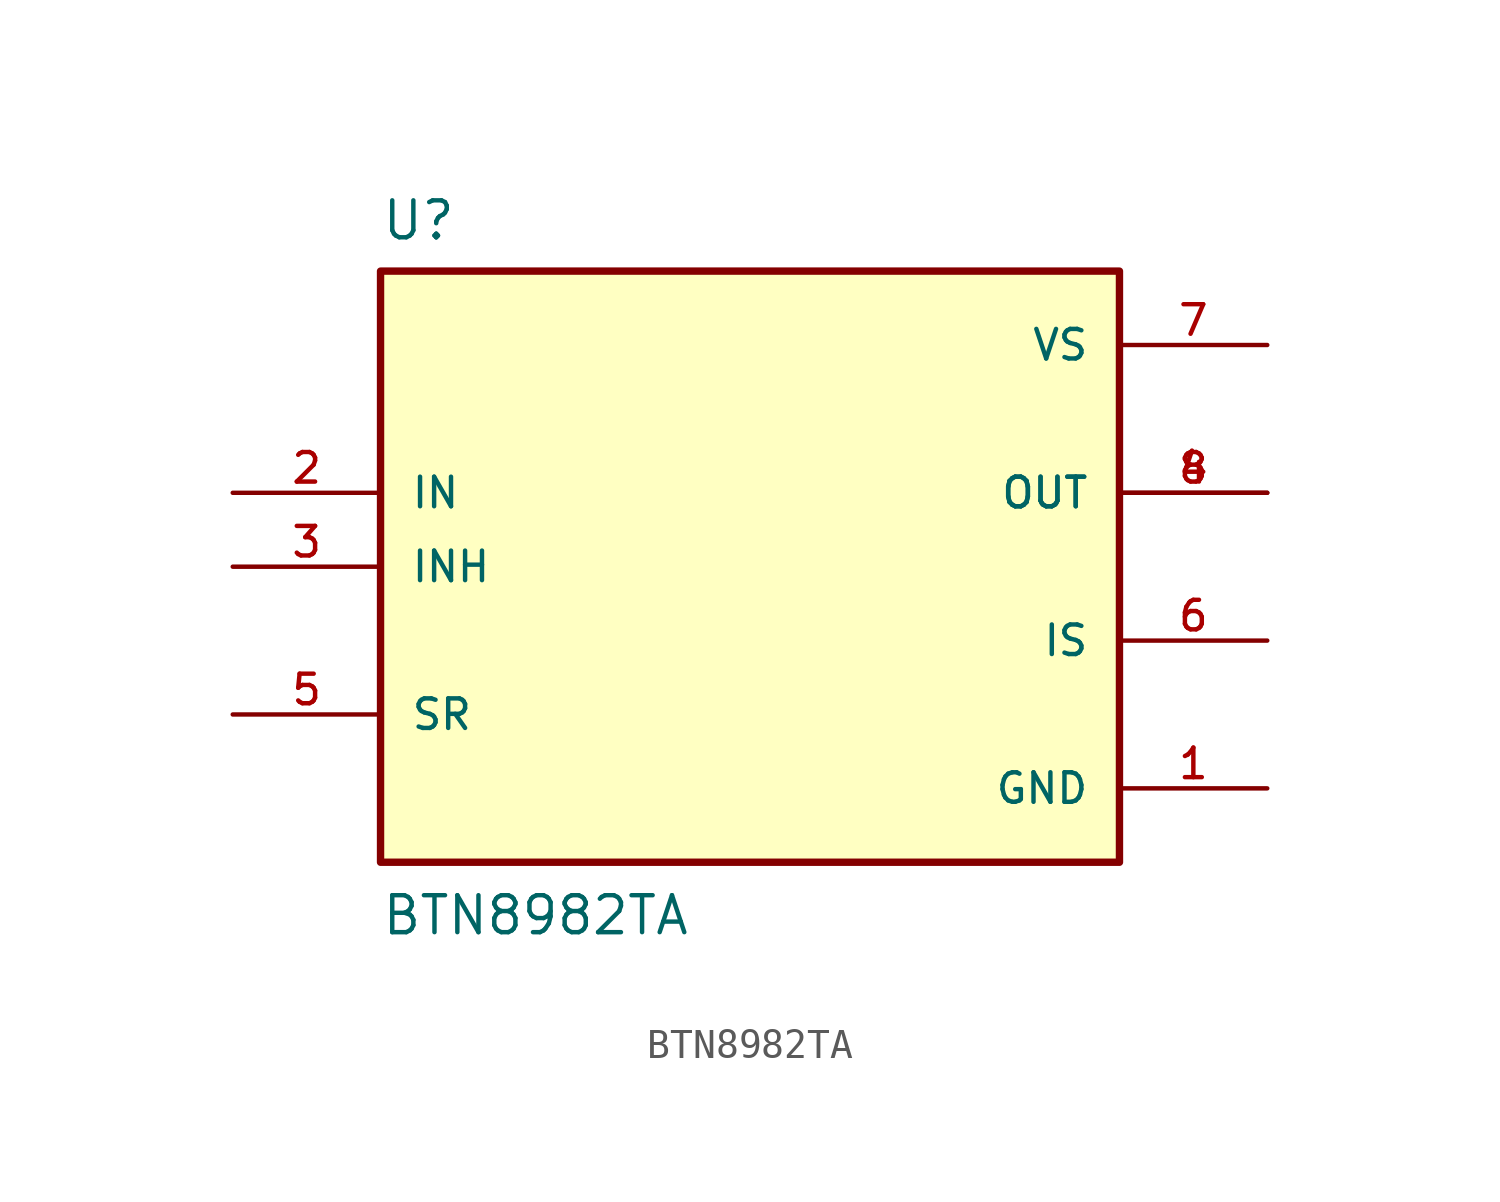
<source format=kicad_sym>
(kicad_symbol_lib
  (version 20231120)
  (generator "kicad_symbol_editor")
  (generator_version "8.0")
  (symbol "BTN8982TA"
    (pin_names
      (offset 1.016))
    (property "Reference" "U"
      (at -12.7 11.16 0)
      (effects (font (size 1.27 1.27)) (justify left bottom)))
    (property "Value" "BTN8982TA"
      (at -12.7 -11.24 0)
      (effects (font (size 1.27 1.27)) (justify left top)))
    (symbol "BTN8982TA_0_0"
      (rectangle (start -12.7 -10.16) (end 12.7 10.16) (stroke (width 0.254) (type default)) (fill (type background)))
      (pin power_in line (at 17.78 -7.62 180) (length 5.08) (name "GND" (effects (font (size 1.016 1.016)))) (number "1" (effects (font (size 1.016 1.016)))))
      (pin input line (at -17.78 2.54 0) (length 5.08) (name "IN" (effects (font (size 1.016 1.016)))) (number "2" (effects (font (size 1.016 1.016)))))
      (pin input line (at -17.78 0 0) (length 5.08) (name "INH" (effects (font (size 1.016 1.016)))) (number "3" (effects (font (size 1.016 1.016)))))
      (pin output line (at 17.78 2.54 180) (length 5.08) (name "OUT" (effects (font (size 1.016 1.016)))) (number "4" (effects (font (size 1.016 1.016)))))
      (pin input line (at -17.78 -5.08 0) (length 5.08) (name "SR" (effects (font (size 1.016 1.016)))) (number "5" (effects (font (size 1.016 1.016)))))
      (pin output line (at 17.78 -2.54 180) (length 5.08) (name "IS" (effects (font (size 1.016 1.016)))) (number "6" (effects (font (size 1.016 1.016)))))
      (pin power_in line (at 17.78 7.62 180) (length 5.08) (name "VS" (effects (font (size 1.016 1.016)))) (number "7" (effects (font (size 1.016 1.016)))))
      (pin output line (at 17.78 2.54 180) (length 5.08) (name "OUT" (effects (font (size 1.016 1.016)))) (number "8" (effects (font (size 1.016 1.016))))))))
</source>
